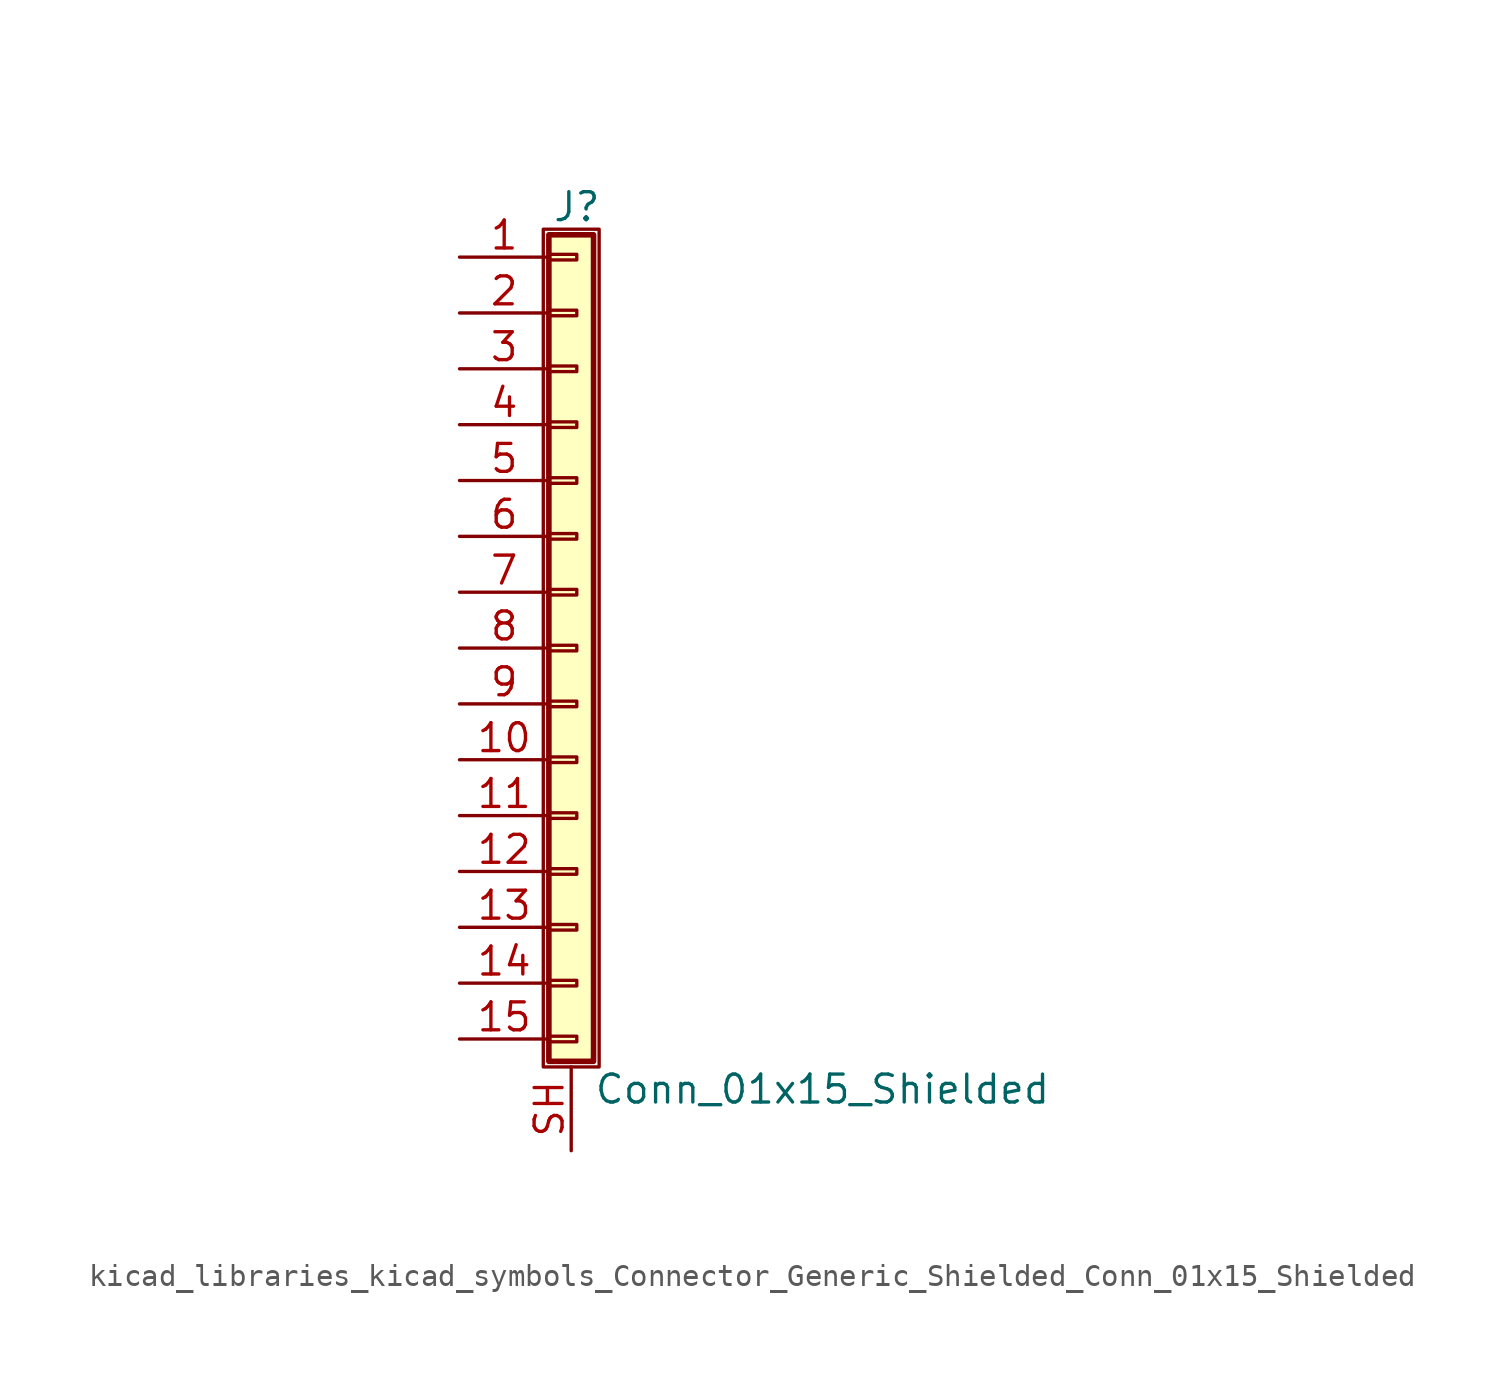
<source format=kicad_sym>
(kicad_symbol_lib
  (version 20220914)
  (generator kicad_symbol_editor)
  (symbol "kicad_libraries_kicad_symbols_Connector_Generic_Shielded_Conn_01x15_Shielded"
    (pin_names
      (offset 1.016) hide)
    (property "Reference" "J"
      (at 0.254 20.066 0)
      (effects (font (size 1.27 1.27))))
    (property "Value" "Conn_01x15_Shielded"
      (at 1.016 -20.066 0)
      (effects (font (size 1.27 1.27)) (justify left)))
    (symbol "kicad_libraries_kicad_symbols_Connector_Generic_Shielded_Conn_01x15_Shielded_1_1"
      (rectangle (start -1.27 19.05) (end 1.27 -19.05) (stroke (width 0.152) (type default)) (fill (type none)))
      (rectangle (start -1.016 -17.653) (end 0.254 -17.907) (stroke (width 0.152) (type default)) (fill (type none)))
      (rectangle (start -1.016 -15.113) (end 0.254 -15.367) (stroke (width 0.152) (type default)) (fill (type none)))
      (rectangle (start -1.016 -12.573) (end 0.254 -12.827) (stroke (width 0.152) (type default)) (fill (type none)))
      (rectangle (start -1.016 -10.033) (end 0.254 -10.287) (stroke (width 0.152) (type default)) (fill (type none)))
      (rectangle (start -1.016 -7.493) (end 0.254 -7.747) (stroke (width 0.152) (type default)) (fill (type none)))
      (rectangle (start -1.016 -4.953) (end 0.254 -5.207) (stroke (width 0.152) (type default)) (fill (type none)))
      (rectangle (start -1.016 -2.413) (end 0.254 -2.667) (stroke (width 0.152) (type default)) (fill (type none)))
      (rectangle (start -1.016 0.127) (end 0.254 -0.127) (stroke (width 0.152) (type default)) (fill (type none)))
      (rectangle (start -1.016 2.667) (end 0.254 2.413) (stroke (width 0.152) (type default)) (fill (type none)))
      (rectangle (start -1.016 5.207) (end 0.254 4.953) (stroke (width 0.152) (type default)) (fill (type none)))
      (rectangle (start -1.016 7.747) (end 0.254 7.493) (stroke (width 0.152) (type default)) (fill (type none)))
      (rectangle (start -1.016 10.287) (end 0.254 10.033) (stroke (width 0.152) (type default)) (fill (type none)))
      (rectangle (start -1.016 12.827) (end 0.254 12.573) (stroke (width 0.152) (type default)) (fill (type none)))
      (rectangle (start -1.016 15.367) (end 0.254 15.113) (stroke (width 0.152) (type default)) (fill (type none)))
      (rectangle (start -1.016 17.907) (end 0.254 17.653) (stroke (width 0.152) (type default)) (fill (type none)))
      (rectangle (start -1.016 18.796) (end 1.016 -18.796) (stroke (width 0.254) (type default)) (fill (type background)))
      (pin passive line (at -5.08 17.78 0) (length 4.064) (name "Pin_1" (effects (font (size 1.27 1.27)))) (number "1" (effects (font (size 1.27 1.27)))))
      (pin passive line (at -5.08 -5.08 0) (length 4.064) (name "Pin_10" (effects (font (size 1.27 1.27)))) (number "10" (effects (font (size 1.27 1.27)))))
      (pin passive line (at -5.08 -7.62 0) (length 4.064) (name "Pin_11" (effects (font (size 1.27 1.27)))) (number "11" (effects (font (size 1.27 1.27)))))
      (pin passive line (at -5.08 -10.16 0) (length 4.064) (name "Pin_12" (effects (font (size 1.27 1.27)))) (number "12" (effects (font (size 1.27 1.27)))))
      (pin passive line (at -5.08 -12.7 0) (length 4.064) (name "Pin_13" (effects (font (size 1.27 1.27)))) (number "13" (effects (font (size 1.27 1.27)))))
      (pin passive line (at -5.08 -15.24 0) (length 4.064) (name "Pin_14" (effects (font (size 1.27 1.27)))) (number "14" (effects (font (size 1.27 1.27)))))
      (pin passive line (at -5.08 -17.78 0) (length 4.064) (name "Pin_15" (effects (font (size 1.27 1.27)))) (number "15" (effects (font (size 1.27 1.27)))))
      (pin passive line (at -5.08 15.24 0) (length 4.064) (name "Pin_2" (effects (font (size 1.27 1.27)))) (number "2" (effects (font (size 1.27 1.27)))))
      (pin passive line (at -5.08 12.7 0) (length 4.064) (name "Pin_3" (effects (font (size 1.27 1.27)))) (number "3" (effects (font (size 1.27 1.27)))))
      (pin passive line (at -5.08 10.16 0) (length 4.064) (name "Pin_4" (effects (font (size 1.27 1.27)))) (number "4" (effects (font (size 1.27 1.27)))))
      (pin passive line (at -5.08 7.62 0) (length 4.064) (name "Pin_5" (effects (font (size 1.27 1.27)))) (number "5" (effects (font (size 1.27 1.27)))))
      (pin passive line (at -5.08 5.08 0) (length 4.064) (name "Pin_6" (effects (font (size 1.27 1.27)))) (number "6" (effects (font (size 1.27 1.27)))))
      (pin passive line (at -5.08 2.54 0) (length 4.064) (name "Pin_7" (effects (font (size 1.27 1.27)))) (number "7" (effects (font (size 1.27 1.27)))))
      (pin passive line (at -5.08 0 0) (length 4.064) (name "Pin_8" (effects (font (size 1.27 1.27)))) (number "8" (effects (font (size 1.27 1.27)))))
      (pin passive line (at -5.08 -2.54 0) (length 4.064) (name "Pin_9" (effects (font (size 1.27 1.27)))) (number "9" (effects (font (size 1.27 1.27)))))
      (pin passive line (at 0 -22.86 90) (length 3.81) (name "Shield" (effects (font (size 1.27 1.27)))) (number "SH" (effects (font (size 1.27 1.27))))))))
</source>
